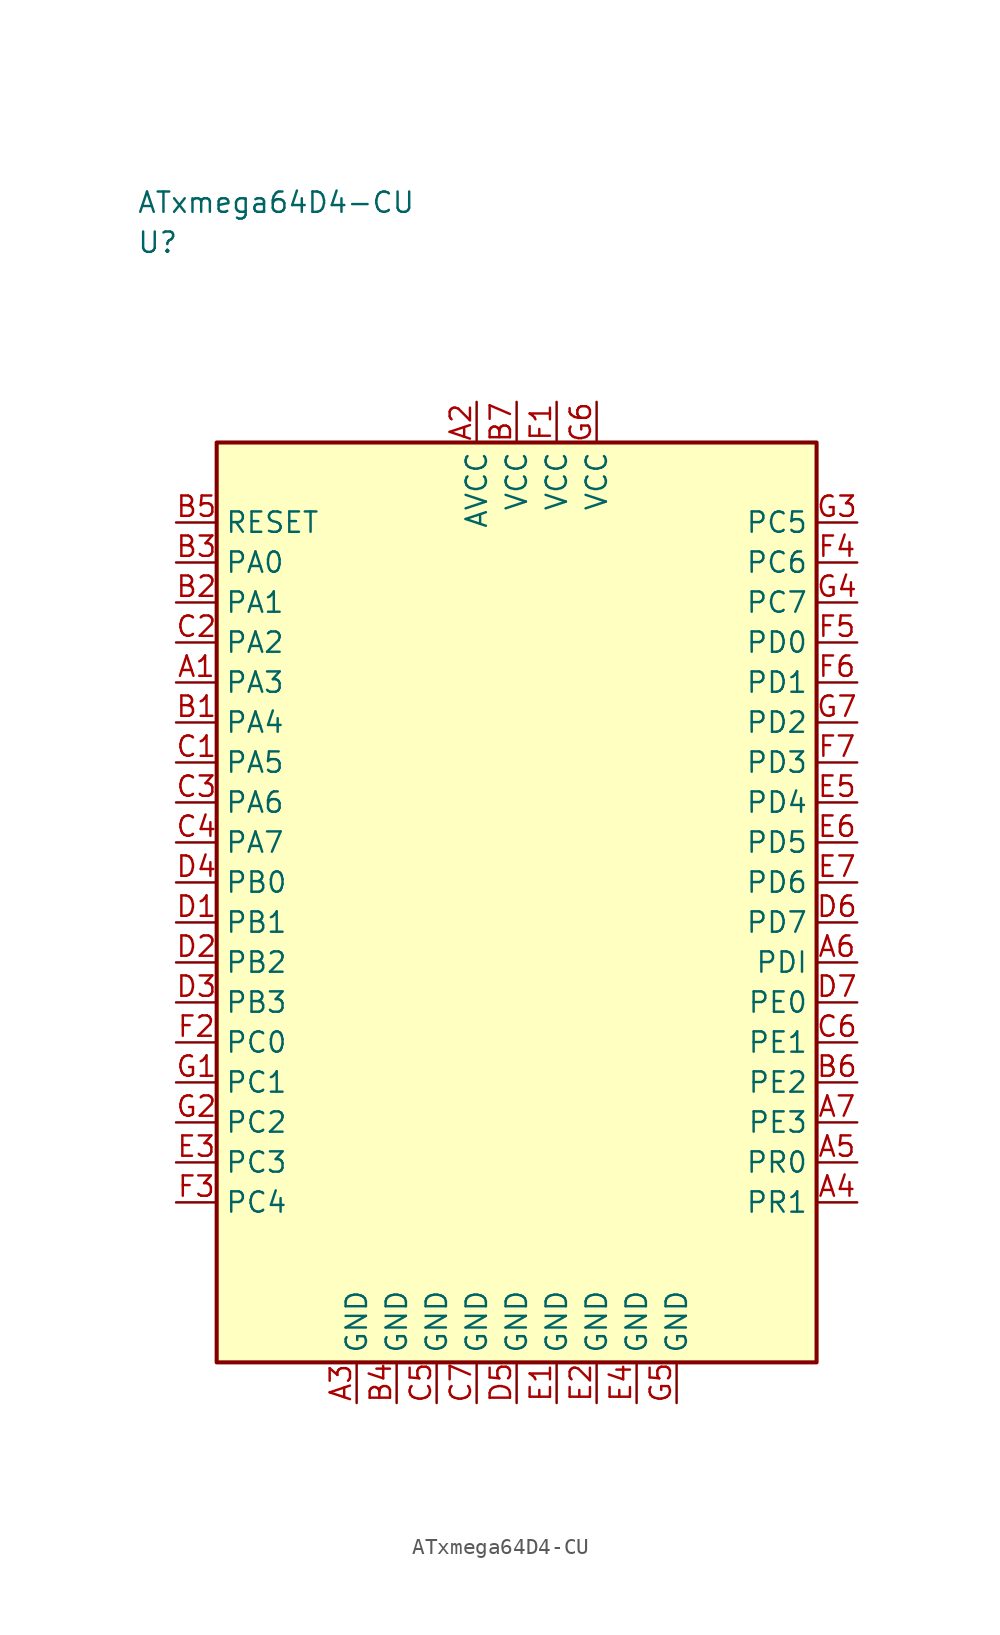
<source format=kicad_sym>
(kicad_symbol_lib
  (version 20241025)
  (generator "kicad_symbol_editor")
  (generator_version "8.0")
  (symbol "ATxmega64D4-CU"
    (property "Reference" "U"
      (at -23.75 41.25 0)
      (effects (font (size 1.27 1.27)) (justify left)))
    (property "Value" "ATxmega64D4-CU"
      (at -23.75 43.75 0)
      (effects (font (size 1.27 1.27)) (justify left)))
    (symbol "ATxmega64D4-CU_0_1"
      (rectangle (start -18.75 28.75) (end 18.75 -28.75) (stroke (width 0.254) (type default)) (fill (type background))))
    (symbol "ATxmega64D4-CU_1_1"
      (pin bidirectional line (at -21.29 13.75 0.0) (length 2.54) (name "PA3" (effects (font (size 1.27 1.27)))) (number "A1" (effects (font (size 1.27 1.27)))))
      (pin power_in line (at -2.5 31.29 270.0) (length 2.54) (name "AVCC" (effects (font (size 1.27 1.27)))) (number "A2" (effects (font (size 1.27 1.27)))))
      (pin passive line (at -10.0 -31.29 90.0) (length 2.54) (name "GND" (effects (font (size 1.27 1.27)))) (number "A3" (effects (font (size 1.27 1.27)))))
      (pin bidirectional line (at 21.29 -18.75 180.0) (length 2.54) (name "PR1" (effects (font (size 1.27 1.27)))) (number "A4" (effects (font (size 1.27 1.27)))))
      (pin bidirectional line (at 21.29 -16.25 180.0) (length 2.54) (name "PR0" (effects (font (size 1.27 1.27)))) (number "A5" (effects (font (size 1.27 1.27)))))
      (pin bidirectional line (at 21.29 -3.75 180.0) (length 2.54) (name "PDI" (effects (font (size 1.27 1.27)))) (number "A6" (effects (font (size 1.27 1.27)))))
      (pin bidirectional line (at 21.29 -13.75 180.0) (length 2.54) (name "PE3" (effects (font (size 1.27 1.27)))) (number "A7" (effects (font (size 1.27 1.27)))))
      (pin bidirectional line (at -21.29 11.25 0.0) (length 2.54) (name "PA4" (effects (font (size 1.27 1.27)))) (number "B1" (effects (font (size 1.27 1.27)))))
      (pin bidirectional line (at -21.29 18.75 0.0) (length 2.54) (name "PA1" (effects (font (size 1.27 1.27)))) (number "B2" (effects (font (size 1.27 1.27)))))
      (pin bidirectional line (at -21.29 21.25 0.0) (length 2.54) (name "PA0" (effects (font (size 1.27 1.27)))) (number "B3" (effects (font (size 1.27 1.27)))))
      (pin passive line (at -7.5 -31.29 90.0) (length 2.54) (name "GND" (effects (font (size 1.27 1.27)))) (number "B4" (effects (font (size 1.27 1.27)))))
      (pin input line (at -21.29 23.75 0.0) (length 2.54) (name "RESET" (effects (font (size 1.27 1.27)))) (number "B5" (effects (font (size 1.27 1.27)))))
      (pin bidirectional line (at 21.29 -11.25 180.0) (length 2.54) (name "PE2" (effects (font (size 1.27 1.27)))) (number "B6" (effects (font (size 1.27 1.27)))))
      (pin power_in line (at 0.0 31.29 270.0) (length 2.54) (name "VCC" (effects (font (size 1.27 1.27)))) (number "B7" (effects (font (size 1.27 1.27)))))
      (pin bidirectional line (at -21.29 8.75 0.0) (length 2.54) (name "PA5" (effects (font (size 1.27 1.27)))) (number "C1" (effects (font (size 1.27 1.27)))))
      (pin bidirectional line (at -21.29 16.25 0.0) (length 2.54) (name "PA2" (effects (font (size 1.27 1.27)))) (number "C2" (effects (font (size 1.27 1.27)))))
      (pin bidirectional line (at -21.29 6.25 0.0) (length 2.54) (name "PA6" (effects (font (size 1.27 1.27)))) (number "C3" (effects (font (size 1.27 1.27)))))
      (pin bidirectional line (at -21.29 3.75 0.0) (length 2.54) (name "PA7" (effects (font (size 1.27 1.27)))) (number "C4" (effects (font (size 1.27 1.27)))))
      (pin passive line (at -5.0 -31.29 90.0) (length 2.54) (name "GND" (effects (font (size 1.27 1.27)))) (number "C5" (effects (font (size 1.27 1.27)))))
      (pin bidirectional line (at 21.29 -8.75 180.0) (length 2.54) (name "PE1" (effects (font (size 1.27 1.27)))) (number "C6" (effects (font (size 1.27 1.27)))))
      (pin passive line (at -2.5 -31.29 90.0) (length 2.54) (name "GND" (effects (font (size 1.27 1.27)))) (number "C7" (effects (font (size 1.27 1.27)))))
      (pin bidirectional line (at -21.29 -1.25 0.0) (length 2.54) (name "PB1" (effects (font (size 1.27 1.27)))) (number "D1" (effects (font (size 1.27 1.27)))))
      (pin bidirectional line (at -21.29 -3.75 0.0) (length 2.54) (name "PB2" (effects (font (size 1.27 1.27)))) (number "D2" (effects (font (size 1.27 1.27)))))
      (pin bidirectional line (at -21.29 -6.25 0.0) (length 2.54) (name "PB3" (effects (font (size 1.27 1.27)))) (number "D3" (effects (font (size 1.27 1.27)))))
      (pin bidirectional line (at -21.29 1.25 0.0) (length 2.54) (name "PB0" (effects (font (size 1.27 1.27)))) (number "D4" (effects (font (size 1.27 1.27)))))
      (pin passive line (at 0.0 -31.29 90.0) (length 2.54) (name "GND" (effects (font (size 1.27 1.27)))) (number "D5" (effects (font (size 1.27 1.27)))))
      (pin bidirectional line (at 21.29 -1.25 180.0) (length 2.54) (name "PD7" (effects (font (size 1.27 1.27)))) (number "D6" (effects (font (size 1.27 1.27)))))
      (pin bidirectional line (at 21.29 -6.25 180.0) (length 2.54) (name "PE0" (effects (font (size 1.27 1.27)))) (number "D7" (effects (font (size 1.27 1.27)))))
      (pin passive line (at 2.5 -31.29 90.0) (length 2.54) (name "GND" (effects (font (size 1.27 1.27)))) (number "E1" (effects (font (size 1.27 1.27)))))
      (pin passive line (at 5.0 -31.29 90.0) (length 2.54) (name "GND" (effects (font (size 1.27 1.27)))) (number "E2" (effects (font (size 1.27 1.27)))))
      (pin bidirectional line (at -21.29 -16.25 0.0) (length 2.54) (name "PC3" (effects (font (size 1.27 1.27)))) (number "E3" (effects (font (size 1.27 1.27)))))
      (pin passive line (at 7.5 -31.29 90.0) (length 2.54) (name "GND" (effects (font (size 1.27 1.27)))) (number "E4" (effects (font (size 1.27 1.27)))))
      (pin bidirectional line (at 21.29 6.25 180.0) (length 2.54) (name "PD4" (effects (font (size 1.27 1.27)))) (number "E5" (effects (font (size 1.27 1.27)))))
      (pin bidirectional line (at 21.29 3.75 180.0) (length 2.54) (name "PD5" (effects (font (size 1.27 1.27)))) (number "E6" (effects (font (size 1.27 1.27)))))
      (pin bidirectional line (at 21.29 1.25 180.0) (length 2.54) (name "PD6" (effects (font (size 1.27 1.27)))) (number "E7" (effects (font (size 1.27 1.27)))))
      (pin power_in line (at 2.5 31.29 270.0) (length 2.54) (name "VCC" (effects (font (size 1.27 1.27)))) (number "F1" (effects (font (size 1.27 1.27)))))
      (pin bidirectional line (at -21.29 -8.75 0.0) (length 2.54) (name "PC0" (effects (font (size 1.27 1.27)))) (number "F2" (effects (font (size 1.27 1.27)))))
      (pin bidirectional line (at -21.29 -18.75 0.0) (length 2.54) (name "PC4" (effects (font (size 1.27 1.27)))) (number "F3" (effects (font (size 1.27 1.27)))))
      (pin bidirectional line (at 21.29 21.25 180.0) (length 2.54) (name "PC6" (effects (font (size 1.27 1.27)))) (number "F4" (effects (font (size 1.27 1.27)))))
      (pin bidirectional line (at 21.29 16.25 180.0) (length 2.54) (name "PD0" (effects (font (size 1.27 1.27)))) (number "F5" (effects (font (size 1.27 1.27)))))
      (pin bidirectional line (at 21.29 13.75 180.0) (length 2.54) (name "PD1" (effects (font (size 1.27 1.27)))) (number "F6" (effects (font (size 1.27 1.27)))))
      (pin bidirectional line (at 21.29 8.75 180.0) (length 2.54) (name "PD3" (effects (font (size 1.27 1.27)))) (number "F7" (effects (font (size 1.27 1.27)))))
      (pin bidirectional line (at -21.29 -11.25 0.0) (length 2.54) (name "PC1" (effects (font (size 1.27 1.27)))) (number "G1" (effects (font (size 1.27 1.27)))))
      (pin bidirectional line (at -21.29 -13.75 0.0) (length 2.54) (name "PC2" (effects (font (size 1.27 1.27)))) (number "G2" (effects (font (size 1.27 1.27)))))
      (pin bidirectional line (at 21.29 23.75 180.0) (length 2.54) (name "PC5" (effects (font (size 1.27 1.27)))) (number "G3" (effects (font (size 1.27 1.27)))))
      (pin bidirectional line (at 21.29 18.75 180.0) (length 2.54) (name "PC7" (effects (font (size 1.27 1.27)))) (number "G4" (effects (font (size 1.27 1.27)))))
      (pin passive line (at 10.0 -31.29 90.0) (length 2.54) (name "GND" (effects (font (size 1.27 1.27)))) (number "G5" (effects (font (size 1.27 1.27)))))
      (pin power_in line (at 5.0 31.29 270.0) (length 2.54) (name "VCC" (effects (font (size 1.27 1.27)))) (number "G6" (effects (font (size 1.27 1.27)))))
      (pin bidirectional line (at 21.29 11.25 180.0) (length 2.54) (name "PD2" (effects (font (size 1.27 1.27)))) (number "G7" (effects (font (size 1.27 1.27))))))))
</source>
